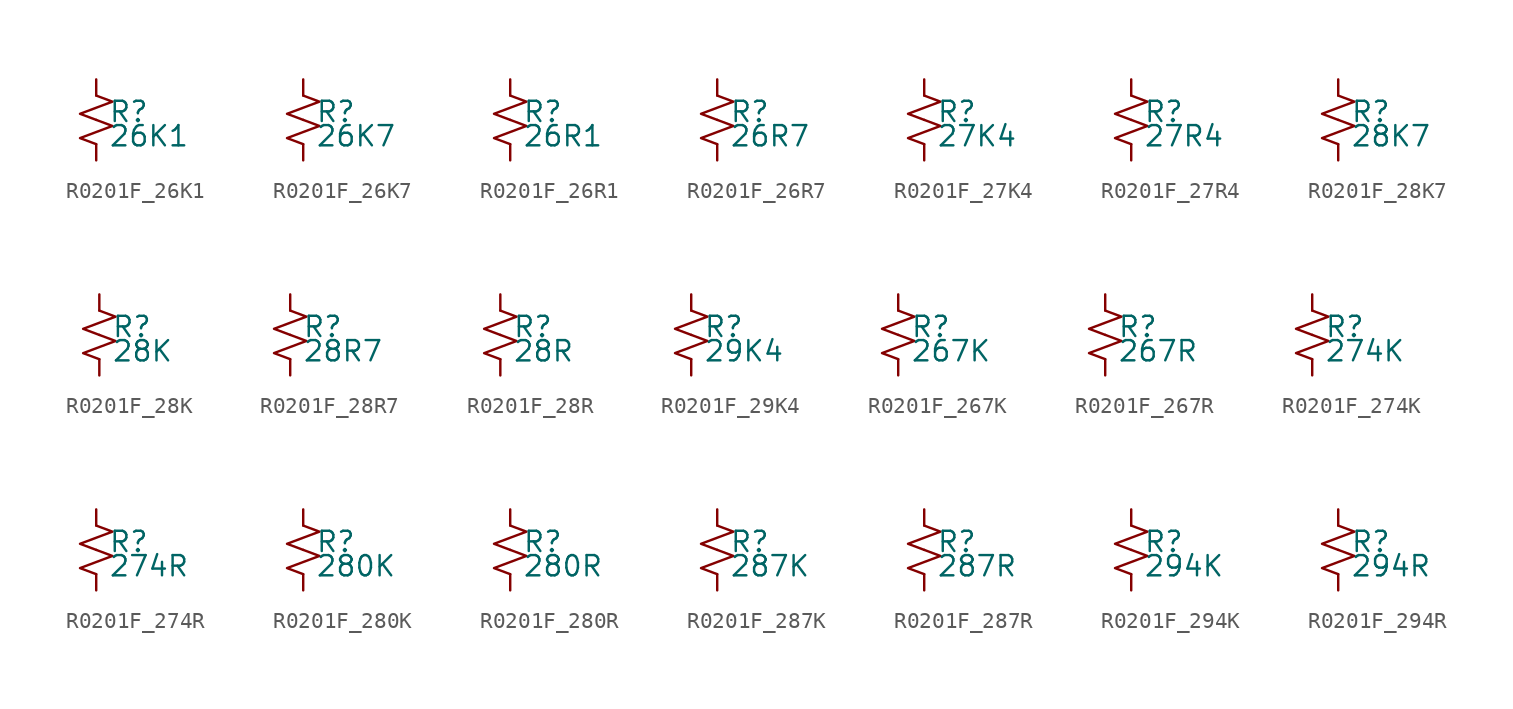
<source format=kicad_sym>
(kicad_symbol_lib
  (version 20220914)
  (generator kicad_symbol_editor)
  (symbol "R0201F_26K1"
    (pin_numbers hide)
    (pin_names
      (offset 0.254) hide)
    (property "Reference" "R"
      (at 0.762 0.508 0)
      (effects (font (size 1.27 1.27)) (justify left)))
    (property "Value" "26K1"
      (at 0.762 -1.016 0)
      (effects (font (size 1.27 1.27)) (justify left)))
    (symbol "R0201F_26K1_1_1"
      (polyline (pts (xy 0 0) (xy 1.016 -0.381) (xy 0 -0.762) (xy -1.016 -1.143) (xy 0 -1.524)) (stroke (width 0) (type default)) (fill (type none)))
      (polyline (pts (xy 0 1.524) (xy 1.016 1.143) (xy 0 0.762) (xy -1.016 0.381) (xy 0 0)) (stroke (width 0) (type default)) (fill (type none)))
      (pin passive line (at 0 2.54 270) (length 1.016) (name "~" (effects (font (size 1.27 1.27)))) (number "1" (effects (font (size 1.27 1.27)))))
      (pin passive line (at 0 -2.54 90) (length 1.016) (name "~" (effects (font (size 1.27 1.27)))) (number "2" (effects (font (size 1.27 1.27)))))))
  (symbol "R0201F_26K7"
    (pin_numbers hide)
    (pin_names
      (offset 0.254) hide)
    (property "Reference" "R"
      (at 0.762 0.508 0)
      (effects (font (size 1.27 1.27)) (justify left)))
    (property "Value" "26K7"
      (at 0.762 -1.016 0)
      (effects (font (size 1.27 1.27)) (justify left)))
    (symbol "R0201F_26K7_1_1"
      (polyline (pts (xy 0 0) (xy 1.016 -0.381) (xy 0 -0.762) (xy -1.016 -1.143) (xy 0 -1.524)) (stroke (width 0) (type default)) (fill (type none)))
      (polyline (pts (xy 0 1.524) (xy 1.016 1.143) (xy 0 0.762) (xy -1.016 0.381) (xy 0 0)) (stroke (width 0) (type default)) (fill (type none)))
      (pin passive line (at 0 2.54 270) (length 1.016) (name "~" (effects (font (size 1.27 1.27)))) (number "1" (effects (font (size 1.27 1.27)))))
      (pin passive line (at 0 -2.54 90) (length 1.016) (name "~" (effects (font (size 1.27 1.27)))) (number "2" (effects (font (size 1.27 1.27)))))))
  (symbol "R0201F_26R1"
    (pin_numbers hide)
    (pin_names
      (offset 0.254) hide)
    (property "Reference" "R"
      (at 0.762 0.508 0)
      (effects (font (size 1.27 1.27)) (justify left)))
    (property "Value" "26R1"
      (at 0.762 -1.016 0)
      (effects (font (size 1.27 1.27)) (justify left)))
    (symbol "R0201F_26R1_1_1"
      (polyline (pts (xy 0 0) (xy 1.016 -0.381) (xy 0 -0.762) (xy -1.016 -1.143) (xy 0 -1.524)) (stroke (width 0) (type default)) (fill (type none)))
      (polyline (pts (xy 0 1.524) (xy 1.016 1.143) (xy 0 0.762) (xy -1.016 0.381) (xy 0 0)) (stroke (width 0) (type default)) (fill (type none)))
      (pin passive line (at 0 2.54 270) (length 1.016) (name "~" (effects (font (size 1.27 1.27)))) (number "1" (effects (font (size 1.27 1.27)))))
      (pin passive line (at 0 -2.54 90) (length 1.016) (name "~" (effects (font (size 1.27 1.27)))) (number "2" (effects (font (size 1.27 1.27)))))))
  (symbol "R0201F_26R7"
    (pin_numbers hide)
    (pin_names
      (offset 0.254) hide)
    (property "Reference" "R"
      (at 0.762 0.508 0)
      (effects (font (size 1.27 1.27)) (justify left)))
    (property "Value" "26R7"
      (at 0.762 -1.016 0)
      (effects (font (size 1.27 1.27)) (justify left)))
    (symbol "R0201F_26R7_1_1"
      (polyline (pts (xy 0 0) (xy 1.016 -0.381) (xy 0 -0.762) (xy -1.016 -1.143) (xy 0 -1.524)) (stroke (width 0) (type default)) (fill (type none)))
      (polyline (pts (xy 0 1.524) (xy 1.016 1.143) (xy 0 0.762) (xy -1.016 0.381) (xy 0 0)) (stroke (width 0) (type default)) (fill (type none)))
      (pin passive line (at 0 2.54 270) (length 1.016) (name "~" (effects (font (size 1.27 1.27)))) (number "1" (effects (font (size 1.27 1.27)))))
      (pin passive line (at 0 -2.54 90) (length 1.016) (name "~" (effects (font (size 1.27 1.27)))) (number "2" (effects (font (size 1.27 1.27)))))))
  (symbol "R0201F_27K4"
    (pin_numbers hide)
    (pin_names
      (offset 0.254) hide)
    (property "Reference" "R"
      (at 0.762 0.508 0)
      (effects (font (size 1.27 1.27)) (justify left)))
    (property "Value" "27K4"
      (at 0.762 -1.016 0)
      (effects (font (size 1.27 1.27)) (justify left)))
    (symbol "R0201F_27K4_1_1"
      (polyline (pts (xy 0 0) (xy 1.016 -0.381) (xy 0 -0.762) (xy -1.016 -1.143) (xy 0 -1.524)) (stroke (width 0) (type default)) (fill (type none)))
      (polyline (pts (xy 0 1.524) (xy 1.016 1.143) (xy 0 0.762) (xy -1.016 0.381) (xy 0 0)) (stroke (width 0) (type default)) (fill (type none)))
      (pin passive line (at 0 2.54 270) (length 1.016) (name "~" (effects (font (size 1.27 1.27)))) (number "1" (effects (font (size 1.27 1.27)))))
      (pin passive line (at 0 -2.54 90) (length 1.016) (name "~" (effects (font (size 1.27 1.27)))) (number "2" (effects (font (size 1.27 1.27)))))))
  (symbol "R0201F_27R4"
    (pin_numbers hide)
    (pin_names
      (offset 0.254) hide)
    (property "Reference" "R"
      (at 0.762 0.508 0)
      (effects (font (size 1.27 1.27)) (justify left)))
    (property "Value" "27R4"
      (at 0.762 -1.016 0)
      (effects (font (size 1.27 1.27)) (justify left)))
    (symbol "R0201F_27R4_1_1"
      (polyline (pts (xy 0 0) (xy 1.016 -0.381) (xy 0 -0.762) (xy -1.016 -1.143) (xy 0 -1.524)) (stroke (width 0) (type default)) (fill (type none)))
      (polyline (pts (xy 0 1.524) (xy 1.016 1.143) (xy 0 0.762) (xy -1.016 0.381) (xy 0 0)) (stroke (width 0) (type default)) (fill (type none)))
      (pin passive line (at 0 2.54 270) (length 1.016) (name "~" (effects (font (size 1.27 1.27)))) (number "1" (effects (font (size 1.27 1.27)))))
      (pin passive line (at 0 -2.54 90) (length 1.016) (name "~" (effects (font (size 1.27 1.27)))) (number "2" (effects (font (size 1.27 1.27)))))))
  (symbol "R0201F_28K7"
    (pin_numbers hide)
    (pin_names
      (offset 0.254) hide)
    (property "Reference" "R"
      (at 0.762 0.508 0)
      (effects (font (size 1.27 1.27)) (justify left)))
    (property "Value" "28K7"
      (at 0.762 -1.016 0)
      (effects (font (size 1.27 1.27)) (justify left)))
    (symbol "R0201F_28K7_1_1"
      (polyline (pts (xy 0 0) (xy 1.016 -0.381) (xy 0 -0.762) (xy -1.016 -1.143) (xy 0 -1.524)) (stroke (width 0) (type default)) (fill (type none)))
      (polyline (pts (xy 0 1.524) (xy 1.016 1.143) (xy 0 0.762) (xy -1.016 0.381) (xy 0 0)) (stroke (width 0) (type default)) (fill (type none)))
      (pin passive line (at 0 2.54 270) (length 1.016) (name "~" (effects (font (size 1.27 1.27)))) (number "1" (effects (font (size 1.27 1.27)))))
      (pin passive line (at 0 -2.54 90) (length 1.016) (name "~" (effects (font (size 1.27 1.27)))) (number "2" (effects (font (size 1.27 1.27)))))))
  (symbol "R0201F_28K"
    (pin_numbers hide)
    (pin_names
      (offset 0.254) hide)
    (property "Reference" "R"
      (at 0.762 0.508 0)
      (effects (font (size 1.27 1.27)) (justify left)))
    (property "Value" "28K"
      (at 0.762 -1.016 0)
      (effects (font (size 1.27 1.27)) (justify left)))
    (symbol "R0201F_28K_1_1"
      (polyline (pts (xy 0 0) (xy 1.016 -0.381) (xy 0 -0.762) (xy -1.016 -1.143) (xy 0 -1.524)) (stroke (width 0) (type default)) (fill (type none)))
      (polyline (pts (xy 0 1.524) (xy 1.016 1.143) (xy 0 0.762) (xy -1.016 0.381) (xy 0 0)) (stroke (width 0) (type default)) (fill (type none)))
      (pin passive line (at 0 2.54 270) (length 1.016) (name "~" (effects (font (size 1.27 1.27)))) (number "1" (effects (font (size 1.27 1.27)))))
      (pin passive line (at 0 -2.54 90) (length 1.016) (name "~" (effects (font (size 1.27 1.27)))) (number "2" (effects (font (size 1.27 1.27)))))))
  (symbol "R0201F_28R7"
    (pin_numbers hide)
    (pin_names
      (offset 0.254) hide)
    (property "Reference" "R"
      (at 0.762 0.508 0)
      (effects (font (size 1.27 1.27)) (justify left)))
    (property "Value" "28R7"
      (at 0.762 -1.016 0)
      (effects (font (size 1.27 1.27)) (justify left)))
    (symbol "R0201F_28R7_1_1"
      (polyline (pts (xy 0 0) (xy 1.016 -0.381) (xy 0 -0.762) (xy -1.016 -1.143) (xy 0 -1.524)) (stroke (width 0) (type default)) (fill (type none)))
      (polyline (pts (xy 0 1.524) (xy 1.016 1.143) (xy 0 0.762) (xy -1.016 0.381) (xy 0 0)) (stroke (width 0) (type default)) (fill (type none)))
      (pin passive line (at 0 2.54 270) (length 1.016) (name "~" (effects (font (size 1.27 1.27)))) (number "1" (effects (font (size 1.27 1.27)))))
      (pin passive line (at 0 -2.54 90) (length 1.016) (name "~" (effects (font (size 1.27 1.27)))) (number "2" (effects (font (size 1.27 1.27)))))))
  (symbol "R0201F_28R"
    (pin_numbers hide)
    (pin_names
      (offset 0.254) hide)
    (property "Reference" "R"
      (at 0.762 0.508 0)
      (effects (font (size 1.27 1.27)) (justify left)))
    (property "Value" "28R"
      (at 0.762 -1.016 0)
      (effects (font (size 1.27 1.27)) (justify left)))
    (symbol "R0201F_28R_1_1"
      (polyline (pts (xy 0 0) (xy 1.016 -0.381) (xy 0 -0.762) (xy -1.016 -1.143) (xy 0 -1.524)) (stroke (width 0) (type default)) (fill (type none)))
      (polyline (pts (xy 0 1.524) (xy 1.016 1.143) (xy 0 0.762) (xy -1.016 0.381) (xy 0 0)) (stroke (width 0) (type default)) (fill (type none)))
      (pin passive line (at 0 2.54 270) (length 1.016) (name "~" (effects (font (size 1.27 1.27)))) (number "1" (effects (font (size 1.27 1.27)))))
      (pin passive line (at 0 -2.54 90) (length 1.016) (name "~" (effects (font (size 1.27 1.27)))) (number "2" (effects (font (size 1.27 1.27)))))))
  (symbol "R0201F_29K4"
    (pin_numbers hide)
    (pin_names
      (offset 0.254) hide)
    (property "Reference" "R"
      (at 0.762 0.508 0)
      (effects (font (size 1.27 1.27)) (justify left)))
    (property "Value" "29K4"
      (at 0.762 -1.016 0)
      (effects (font (size 1.27 1.27)) (justify left)))
    (symbol "R0201F_29K4_1_1"
      (polyline (pts (xy 0 0) (xy 1.016 -0.381) (xy 0 -0.762) (xy -1.016 -1.143) (xy 0 -1.524)) (stroke (width 0) (type default)) (fill (type none)))
      (polyline (pts (xy 0 1.524) (xy 1.016 1.143) (xy 0 0.762) (xy -1.016 0.381) (xy 0 0)) (stroke (width 0) (type default)) (fill (type none)))
      (pin passive line (at 0 2.54 270) (length 1.016) (name "~" (effects (font (size 1.27 1.27)))) (number "1" (effects (font (size 1.27 1.27)))))
      (pin passive line (at 0 -2.54 90) (length 1.016) (name "~" (effects (font (size 1.27 1.27)))) (number "2" (effects (font (size 1.27 1.27)))))))
  (symbol "R0201F_267K"
    (pin_numbers hide)
    (pin_names
      (offset 0.254) hide)
    (property "Reference" "R"
      (at 0.762 0.508 0)
      (effects (font (size 1.27 1.27)) (justify left)))
    (property "Value" "267K"
      (at 0.762 -1.016 0)
      (effects (font (size 1.27 1.27)) (justify left)))
    (symbol "R0201F_267K_1_1"
      (polyline (pts (xy 0 0) (xy 1.016 -0.381) (xy 0 -0.762) (xy -1.016 -1.143) (xy 0 -1.524)) (stroke (width 0) (type default)) (fill (type none)))
      (polyline (pts (xy 0 1.524) (xy 1.016 1.143) (xy 0 0.762) (xy -1.016 0.381) (xy 0 0)) (stroke (width 0) (type default)) (fill (type none)))
      (pin passive line (at 0 2.54 270) (length 1.016) (name "~" (effects (font (size 1.27 1.27)))) (number "1" (effects (font (size 1.27 1.27)))))
      (pin passive line (at 0 -2.54 90) (length 1.016) (name "~" (effects (font (size 1.27 1.27)))) (number "2" (effects (font (size 1.27 1.27)))))))
  (symbol "R0201F_267R"
    (pin_numbers hide)
    (pin_names
      (offset 0.254) hide)
    (property "Reference" "R"
      (at 0.762 0.508 0)
      (effects (font (size 1.27 1.27)) (justify left)))
    (property "Value" "267R"
      (at 0.762 -1.016 0)
      (effects (font (size 1.27 1.27)) (justify left)))
    (symbol "R0201F_267R_1_1"
      (polyline (pts (xy 0 0) (xy 1.016 -0.381) (xy 0 -0.762) (xy -1.016 -1.143) (xy 0 -1.524)) (stroke (width 0) (type default)) (fill (type none)))
      (polyline (pts (xy 0 1.524) (xy 1.016 1.143) (xy 0 0.762) (xy -1.016 0.381) (xy 0 0)) (stroke (width 0) (type default)) (fill (type none)))
      (pin passive line (at 0 2.54 270) (length 1.016) (name "~" (effects (font (size 1.27 1.27)))) (number "1" (effects (font (size 1.27 1.27)))))
      (pin passive line (at 0 -2.54 90) (length 1.016) (name "~" (effects (font (size 1.27 1.27)))) (number "2" (effects (font (size 1.27 1.27)))))))
  (symbol "R0201F_274K"
    (pin_numbers hide)
    (pin_names
      (offset 0.254) hide)
    (property "Reference" "R"
      (at 0.762 0.508 0)
      (effects (font (size 1.27 1.27)) (justify left)))
    (property "Value" "274K"
      (at 0.762 -1.016 0)
      (effects (font (size 1.27 1.27)) (justify left)))
    (symbol "R0201F_274K_1_1"
      (polyline (pts (xy 0 0) (xy 1.016 -0.381) (xy 0 -0.762) (xy -1.016 -1.143) (xy 0 -1.524)) (stroke (width 0) (type default)) (fill (type none)))
      (polyline (pts (xy 0 1.524) (xy 1.016 1.143) (xy 0 0.762) (xy -1.016 0.381) (xy 0 0)) (stroke (width 0) (type default)) (fill (type none)))
      (pin passive line (at 0 2.54 270) (length 1.016) (name "~" (effects (font (size 1.27 1.27)))) (number "1" (effects (font (size 1.27 1.27)))))
      (pin passive line (at 0 -2.54 90) (length 1.016) (name "~" (effects (font (size 1.27 1.27)))) (number "2" (effects (font (size 1.27 1.27)))))))
  (symbol "R0201F_274R"
    (pin_numbers hide)
    (pin_names
      (offset 0.254) hide)
    (property "Reference" "R"
      (at 0.762 0.508 0)
      (effects (font (size 1.27 1.27)) (justify left)))
    (property "Value" "274R"
      (at 0.762 -1.016 0)
      (effects (font (size 1.27 1.27)) (justify left)))
    (symbol "R0201F_274R_1_1"
      (polyline (pts (xy 0 0) (xy 1.016 -0.381) (xy 0 -0.762) (xy -1.016 -1.143) (xy 0 -1.524)) (stroke (width 0) (type default)) (fill (type none)))
      (polyline (pts (xy 0 1.524) (xy 1.016 1.143) (xy 0 0.762) (xy -1.016 0.381) (xy 0 0)) (stroke (width 0) (type default)) (fill (type none)))
      (pin passive line (at 0 2.54 270) (length 1.016) (name "~" (effects (font (size 1.27 1.27)))) (number "1" (effects (font (size 1.27 1.27)))))
      (pin passive line (at 0 -2.54 90) (length 1.016) (name "~" (effects (font (size 1.27 1.27)))) (number "2" (effects (font (size 1.27 1.27)))))))
  (symbol "R0201F_280K"
    (pin_numbers hide)
    (pin_names
      (offset 0.254) hide)
    (property "Reference" "R"
      (at 0.762 0.508 0)
      (effects (font (size 1.27 1.27)) (justify left)))
    (property "Value" "280K"
      (at 0.762 -1.016 0)
      (effects (font (size 1.27 1.27)) (justify left)))
    (symbol "R0201F_280K_1_1"
      (polyline (pts (xy 0 0) (xy 1.016 -0.381) (xy 0 -0.762) (xy -1.016 -1.143) (xy 0 -1.524)) (stroke (width 0) (type default)) (fill (type none)))
      (polyline (pts (xy 0 1.524) (xy 1.016 1.143) (xy 0 0.762) (xy -1.016 0.381) (xy 0 0)) (stroke (width 0) (type default)) (fill (type none)))
      (pin passive line (at 0 2.54 270) (length 1.016) (name "~" (effects (font (size 1.27 1.27)))) (number "1" (effects (font (size 1.27 1.27)))))
      (pin passive line (at 0 -2.54 90) (length 1.016) (name "~" (effects (font (size 1.27 1.27)))) (number "2" (effects (font (size 1.27 1.27)))))))
  (symbol "R0201F_280R"
    (pin_numbers hide)
    (pin_names
      (offset 0.254) hide)
    (property "Reference" "R"
      (at 0.762 0.508 0)
      (effects (font (size 1.27 1.27)) (justify left)))
    (property "Value" "280R"
      (at 0.762 -1.016 0)
      (effects (font (size 1.27 1.27)) (justify left)))
    (symbol "R0201F_280R_1_1"
      (polyline (pts (xy 0 0) (xy 1.016 -0.381) (xy 0 -0.762) (xy -1.016 -1.143) (xy 0 -1.524)) (stroke (width 0) (type default)) (fill (type none)))
      (polyline (pts (xy 0 1.524) (xy 1.016 1.143) (xy 0 0.762) (xy -1.016 0.381) (xy 0 0)) (stroke (width 0) (type default)) (fill (type none)))
      (pin passive line (at 0 2.54 270) (length 1.016) (name "~" (effects (font (size 1.27 1.27)))) (number "1" (effects (font (size 1.27 1.27)))))
      (pin passive line (at 0 -2.54 90) (length 1.016) (name "~" (effects (font (size 1.27 1.27)))) (number "2" (effects (font (size 1.27 1.27)))))))
  (symbol "R0201F_287K"
    (pin_numbers hide)
    (pin_names
      (offset 0.254) hide)
    (property "Reference" "R"
      (at 0.762 0.508 0)
      (effects (font (size 1.27 1.27)) (justify left)))
    (property "Value" "287K"
      (at 0.762 -1.016 0)
      (effects (font (size 1.27 1.27)) (justify left)))
    (symbol "R0201F_287K_1_1"
      (polyline (pts (xy 0 0) (xy 1.016 -0.381) (xy 0 -0.762) (xy -1.016 -1.143) (xy 0 -1.524)) (stroke (width 0) (type default)) (fill (type none)))
      (polyline (pts (xy 0 1.524) (xy 1.016 1.143) (xy 0 0.762) (xy -1.016 0.381) (xy 0 0)) (stroke (width 0) (type default)) (fill (type none)))
      (pin passive line (at 0 2.54 270) (length 1.016) (name "~" (effects (font (size 1.27 1.27)))) (number "1" (effects (font (size 1.27 1.27)))))
      (pin passive line (at 0 -2.54 90) (length 1.016) (name "~" (effects (font (size 1.27 1.27)))) (number "2" (effects (font (size 1.27 1.27)))))))
  (symbol "R0201F_287R"
    (pin_numbers hide)
    (pin_names
      (offset 0.254) hide)
    (property "Reference" "R"
      (at 0.762 0.508 0)
      (effects (font (size 1.27 1.27)) (justify left)))
    (property "Value" "287R"
      (at 0.762 -1.016 0)
      (effects (font (size 1.27 1.27)) (justify left)))
    (symbol "R0201F_287R_1_1"
      (polyline (pts (xy 0 0) (xy 1.016 -0.381) (xy 0 -0.762) (xy -1.016 -1.143) (xy 0 -1.524)) (stroke (width 0) (type default)) (fill (type none)))
      (polyline (pts (xy 0 1.524) (xy 1.016 1.143) (xy 0 0.762) (xy -1.016 0.381) (xy 0 0)) (stroke (width 0) (type default)) (fill (type none)))
      (pin passive line (at 0 2.54 270) (length 1.016) (name "~" (effects (font (size 1.27 1.27)))) (number "1" (effects (font (size 1.27 1.27)))))
      (pin passive line (at 0 -2.54 90) (length 1.016) (name "~" (effects (font (size 1.27 1.27)))) (number "2" (effects (font (size 1.27 1.27)))))))
  (symbol "R0201F_294K"
    (pin_numbers hide)
    (pin_names
      (offset 0.254) hide)
    (property "Reference" "R"
      (at 0.762 0.508 0)
      (effects (font (size 1.27 1.27)) (justify left)))
    (property "Value" "294K"
      (at 0.762 -1.016 0)
      (effects (font (size 1.27 1.27)) (justify left)))
    (symbol "R0201F_294K_1_1"
      (polyline (pts (xy 0 0) (xy 1.016 -0.381) (xy 0 -0.762) (xy -1.016 -1.143) (xy 0 -1.524)) (stroke (width 0) (type default)) (fill (type none)))
      (polyline (pts (xy 0 1.524) (xy 1.016 1.143) (xy 0 0.762) (xy -1.016 0.381) (xy 0 0)) (stroke (width 0) (type default)) (fill (type none)))
      (pin passive line (at 0 2.54 270) (length 1.016) (name "~" (effects (font (size 1.27 1.27)))) (number "1" (effects (font (size 1.27 1.27)))))
      (pin passive line (at 0 -2.54 90) (length 1.016) (name "~" (effects (font (size 1.27 1.27)))) (number "2" (effects (font (size 1.27 1.27)))))))
  (symbol "R0201F_294R"
    (pin_numbers hide)
    (pin_names
      (offset 0.254) hide)
    (property "Reference" "R"
      (at 0.762 0.508 0)
      (effects (font (size 1.27 1.27)) (justify left)))
    (property "Value" "294R"
      (at 0.762 -1.016 0)
      (effects (font (size 1.27 1.27)) (justify left)))
    (symbol "R0201F_294R_1_1"
      (polyline (pts (xy 0 0) (xy 1.016 -0.381) (xy 0 -0.762) (xy -1.016 -1.143) (xy 0 -1.524)) (stroke (width 0) (type default)) (fill (type none)))
      (polyline (pts (xy 0 1.524) (xy 1.016 1.143) (xy 0 0.762) (xy -1.016 0.381) (xy 0 0)) (stroke (width 0) (type default)) (fill (type none)))
      (pin passive line (at 0 2.54 270) (length 1.016) (name "~" (effects (font (size 1.27 1.27)))) (number "1" (effects (font (size 1.27 1.27)))))
      (pin passive line (at 0 -2.54 90) (length 1.016) (name "~" (effects (font (size 1.27 1.27)))) (number "2" (effects (font (size 1.27 1.27))))))))
</source>
